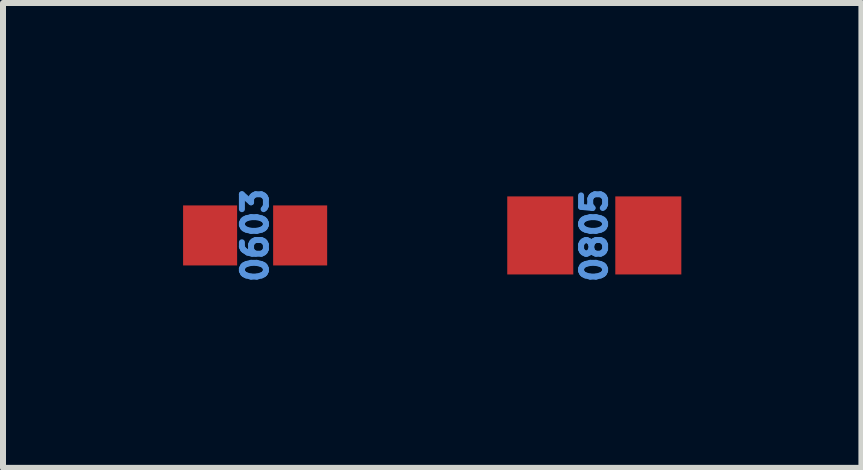
<source format=kicad_pcb>
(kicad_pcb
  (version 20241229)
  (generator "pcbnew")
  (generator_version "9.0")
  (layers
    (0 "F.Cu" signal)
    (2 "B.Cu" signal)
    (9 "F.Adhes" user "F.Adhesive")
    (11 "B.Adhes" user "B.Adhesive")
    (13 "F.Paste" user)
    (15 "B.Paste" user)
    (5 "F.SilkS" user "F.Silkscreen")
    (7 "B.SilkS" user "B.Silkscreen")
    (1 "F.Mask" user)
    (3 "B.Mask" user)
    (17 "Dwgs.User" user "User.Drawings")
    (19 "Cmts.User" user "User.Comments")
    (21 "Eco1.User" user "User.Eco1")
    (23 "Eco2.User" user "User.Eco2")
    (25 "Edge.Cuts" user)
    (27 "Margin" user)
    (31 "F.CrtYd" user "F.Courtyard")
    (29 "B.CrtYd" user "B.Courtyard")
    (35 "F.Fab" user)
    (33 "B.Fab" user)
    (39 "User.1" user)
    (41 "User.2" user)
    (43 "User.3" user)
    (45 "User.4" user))
  (footprint "0603"
    (layer "F.Cu")
    (at 1.2 0.872)
    (property "Reference" "0603" (at 0 0 90) (layer "Cmts.User") (effects (font (size 0.4 0.4) (thickness 0.1))))
    (attr through_hole)
    (pad "1" smd rect (at 0.75 0) (size 0.9 1) (layers "F.Cu" "F.Mask" "F.Paste"))
    (pad "2" smd rect (at -0.75 0) (size 0.9 1) (layers "F.Cu" "F.Mask" "F.Paste")))
  (footprint "0805"
    (layer "F.Cu")
    (at 6.85 0.872)
    (property "Reference" "0805" (at 0 0 90) (layer "Cmts.User") (effects (font (size 0.4 0.4) (thickness 0.1))))
    (attr through_hole)
    (pad "1" smd rect (at 0.9 0) (size 1.1 1.3) (layers "F.Cu" "F.Mask" "F.Paste"))
    (pad "2" smd rect (at -0.9 0) (size 1.1 1.3) (layers "F.Cu" "F.Mask" "F.Paste")))
  (gr_rect
    (start -3 -3)
    (end 11.3 4.744)
    (stroke (width 0.1) (type default))
    (fill no)
    (layer "Edge.Cuts")))
</source>
